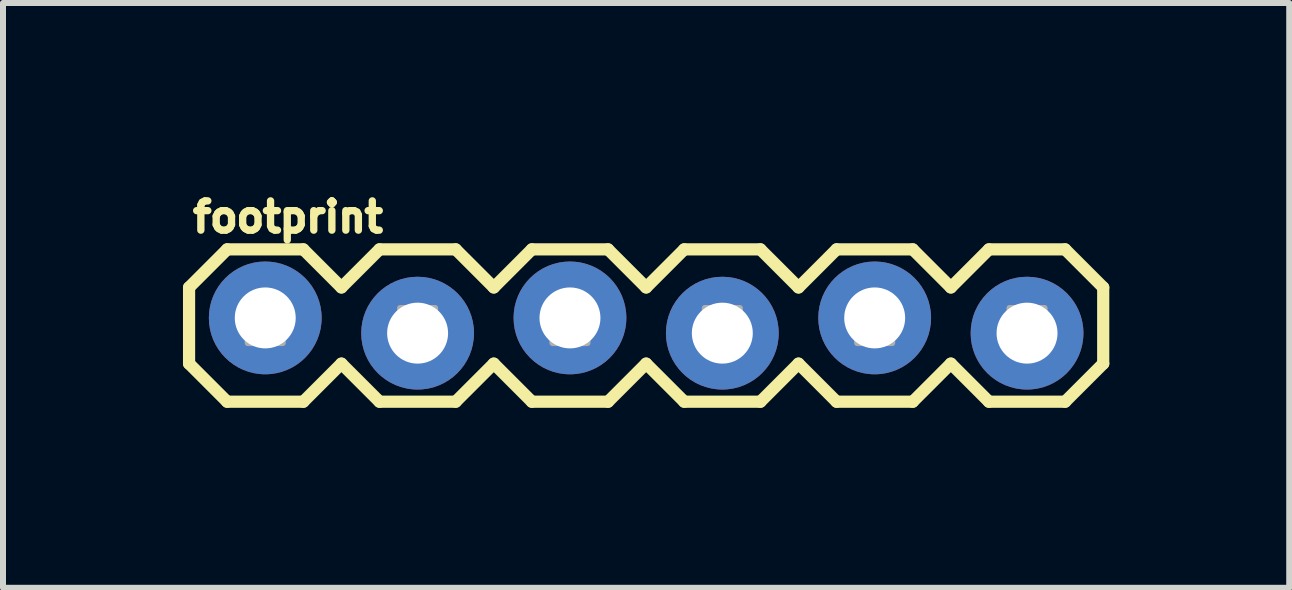
<source format=kicad_pcb>
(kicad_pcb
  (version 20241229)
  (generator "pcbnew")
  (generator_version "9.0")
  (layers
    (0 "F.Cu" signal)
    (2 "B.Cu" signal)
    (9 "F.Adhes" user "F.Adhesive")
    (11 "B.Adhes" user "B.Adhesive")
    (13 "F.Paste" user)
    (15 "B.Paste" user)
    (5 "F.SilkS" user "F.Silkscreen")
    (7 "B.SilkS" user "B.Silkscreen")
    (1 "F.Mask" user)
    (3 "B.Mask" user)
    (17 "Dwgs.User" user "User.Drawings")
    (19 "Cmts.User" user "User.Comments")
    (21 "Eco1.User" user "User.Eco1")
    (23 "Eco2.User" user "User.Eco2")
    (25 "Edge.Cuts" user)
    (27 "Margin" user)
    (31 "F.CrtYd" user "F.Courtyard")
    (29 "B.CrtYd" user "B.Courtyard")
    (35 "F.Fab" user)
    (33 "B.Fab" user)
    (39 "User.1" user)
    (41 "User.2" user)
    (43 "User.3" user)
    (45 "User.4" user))
  (footprint "footprint"
    (layer "F.Cu")
    (at 1.372 2.25)
    (property "Reference" "footprint" (at -1.27 -1.397 0) (layer "F.SilkS") (effects (font (size 0.488 0.488) (thickness 0.122)) (justify left bottom)))
    (fp_line (start -1.27 -0.508) (end -0.635 -1.143) (stroke (width 0.203) (type solid)) (layer "F.SilkS"))
    (fp_line (start -1.27 0.762) (end -1.27 -0.508) (stroke (width 0.203) (type solid)) (layer "F.SilkS"))
    (fp_line (start -0.635 -1.143) (end 0.635 -1.143) (stroke (width 0.203) (type solid)) (layer "F.SilkS"))
    (fp_line (start -0.635 1.397) (end -1.27 0.762) (stroke (width 0.203) (type solid)) (layer "F.SilkS"))
    (fp_line (start 0.635 -1.143) (end 1.27 -0.508) (stroke (width 0.203) (type solid)) (layer "F.SilkS"))
    (fp_line (start 0.635 1.397) (end -0.635 1.397) (stroke (width 0.203) (type solid)) (layer "F.SilkS"))
    (fp_line (start 1.27 -0.508) (end 1.905 -1.143) (stroke (width 0.203) (type solid)) (layer "F.SilkS"))
    (fp_line (start 1.27 0.762) (end 0.635 1.397) (stroke (width 0.203) (type solid)) (layer "F.SilkS"))
    (fp_line (start 1.905 -1.143) (end 3.175 -1.143) (stroke (width 0.203) (type solid)) (layer "F.SilkS"))
    (fp_line (start 1.905 1.397) (end 1.27 0.762) (stroke (width 0.203) (type solid)) (layer "F.SilkS"))
    (fp_line (start 3.175 -1.143) (end 3.81 -0.508) (stroke (width 0.203) (type solid)) (layer "F.SilkS"))
    (fp_line (start 3.175 1.397) (end 1.905 1.397) (stroke (width 0.203) (type solid)) (layer "F.SilkS"))
    (fp_line (start 3.81 -0.508) (end 4.445 -1.143) (stroke (width 0.203) (type solid)) (layer "F.SilkS"))
    (fp_line (start 3.81 0.762) (end 3.175 1.397) (stroke (width 0.203) (type solid)) (layer "F.SilkS"))
    (fp_line (start 4.445 -1.143) (end 5.715 -1.143) (stroke (width 0.203) (type solid)) (layer "F.SilkS"))
    (fp_line (start 4.445 1.397) (end 3.81 0.762) (stroke (width 0.203) (type solid)) (layer "F.SilkS"))
    (fp_line (start 5.715 -1.143) (end 6.35 -0.508) (stroke (width 0.203) (type solid)) (layer "F.SilkS"))
    (fp_line (start 5.715 1.397) (end 4.445 1.397) (stroke (width 0.203) (type solid)) (layer "F.SilkS"))
    (fp_line (start 6.35 -0.508) (end 6.985 -1.143) (stroke (width 0.203) (type solid)) (layer "F.SilkS"))
    (fp_line (start 6.35 0.762) (end 5.715 1.397) (stroke (width 0.203) (type solid)) (layer "F.SilkS"))
    (fp_line (start 6.985 -1.143) (end 8.255 -1.143) (stroke (width 0.203) (type solid)) (layer "F.SilkS"))
    (fp_line (start 6.985 1.397) (end 6.35 0.762) (stroke (width 0.203) (type solid)) (layer "F.SilkS"))
    (fp_line (start 8.255 -1.143) (end 8.89 -0.508) (stroke (width 0.203) (type solid)) (layer "F.SilkS"))
    (fp_line (start 8.255 1.397) (end 6.985 1.397) (stroke (width 0.203) (type solid)) (layer "F.SilkS"))
    (fp_line (start 8.89 -0.508) (end 9.525 -1.143) (stroke (width 0.203) (type solid)) (layer "F.SilkS"))
    (fp_line (start 8.89 0.762) (end 8.255 1.397) (stroke (width 0.203) (type solid)) (layer "F.SilkS"))
    (fp_line (start 9.525 -1.143) (end 10.795 -1.143) (stroke (width 0.203) (type solid)) (layer "F.SilkS"))
    (fp_line (start 9.525 1.397) (end 8.89 0.762) (stroke (width 0.203) (type solid)) (layer "F.SilkS"))
    (fp_line (start 10.795 -1.143) (end 11.43 -0.508) (stroke (width 0.203) (type solid)) (layer "F.SilkS"))
    (fp_line (start 10.795 1.397) (end 9.525 1.397) (stroke (width 0.203) (type solid)) (layer "F.SilkS"))
    (fp_line (start 11.43 -0.508) (end 12.065 -1.143) (stroke (width 0.203) (type solid)) (layer "F.SilkS"))
    (fp_line (start 11.43 0.762) (end 10.795 1.397) (stroke (width 0.203) (type solid)) (layer "F.SilkS"))
    (fp_line (start 12.065 -1.143) (end 13.335 -1.143) (stroke (width 0.203) (type solid)) (layer "F.SilkS"))
    (fp_line (start 12.065 1.397) (end 11.43 0.762) (stroke (width 0.203) (type solid)) (layer "F.SilkS"))
    (fp_line (start 13.335 -1.143) (end 13.97 -0.508) (stroke (width 0.203) (type solid)) (layer "F.SilkS"))
    (fp_line (start 13.335 1.397) (end 12.065 1.397) (stroke (width 0.203) (type solid)) (layer "F.SilkS"))
    (fp_line (start 13.97 -0.508) (end 13.97 0.762) (stroke (width 0.203) (type solid)) (layer "F.SilkS"))
    (fp_line (start 13.97 0.762) (end 13.335 1.397) (stroke (width 0.203) (type solid)) (layer "F.SilkS"))
    (fp_poly (pts (xy -0.292 0.419) (xy 0.292 0.419) (xy 0.292 -0.165) (xy -0.292 -0.165)) (stroke (width 0.1) (type solid)) (fill no) (layer "F.Fab"))
    (fp_poly (pts (xy 2.248 0.419) (xy 2.832 0.419) (xy 2.832 -0.165) (xy 2.248 -0.165)) (stroke (width 0.1) (type solid)) (fill no) (layer "F.Fab"))
    (fp_poly (pts (xy 4.788 0.419) (xy 5.372 0.419) (xy 5.372 -0.165) (xy 4.788 -0.165)) (stroke (width 0.1) (type solid)) (fill no) (layer "F.Fab"))
    (fp_poly (pts (xy 7.328 0.419) (xy 7.912 0.419) (xy 7.912 -0.165) (xy 7.328 -0.165)) (stroke (width 0.1) (type solid)) (fill no) (layer "F.Fab"))
    (fp_poly (pts (xy 9.868 0.419) (xy 10.452 0.419) (xy 10.452 -0.165) (xy 9.868 -0.165)) (stroke (width 0.1) (type solid)) (fill no) (layer "F.Fab"))
    (fp_poly (pts (xy 12.408 0.419) (xy 12.992 0.419) (xy 12.992 -0.165) (xy 12.408 -0.165)) (stroke (width 0.1) (type solid)) (fill no) (layer "F.Fab"))
    (pad "1" thru_hole circle (at 0 0) (size 1.88 1.88) (drill 1.016) (layers "*.Cu" "*.Mask"))
    (pad "2" thru_hole circle (at 2.54 0.254) (size 1.88 1.88) (drill 1.016) (layers "*.Cu" "*.Mask"))
    (pad "3" thru_hole circle (at 5.08 0) (size 1.88 1.88) (drill 1.016) (layers "*.Cu" "*.Mask"))
    (pad "4" thru_hole circle (at 7.62 0.254) (size 1.88 1.88) (drill 1.016) (layers "*.Cu" "*.Mask"))
    (pad "5" thru_hole circle (at 10.16 0) (size 1.88 1.88) (drill 1.016) (layers "*.Cu" "*.Mask"))
    (pad "6" thru_hole circle (at 12.7 0.254) (size 1.88 1.88) (drill 1.016) (layers "*.Cu" "*.Mask")))
  (gr_rect
    (start -3 -3)
    (end 18.443 6.749)
    (stroke (width 0.1) (type default))
    (fill no)
    (layer "Edge.Cuts")))
</source>
